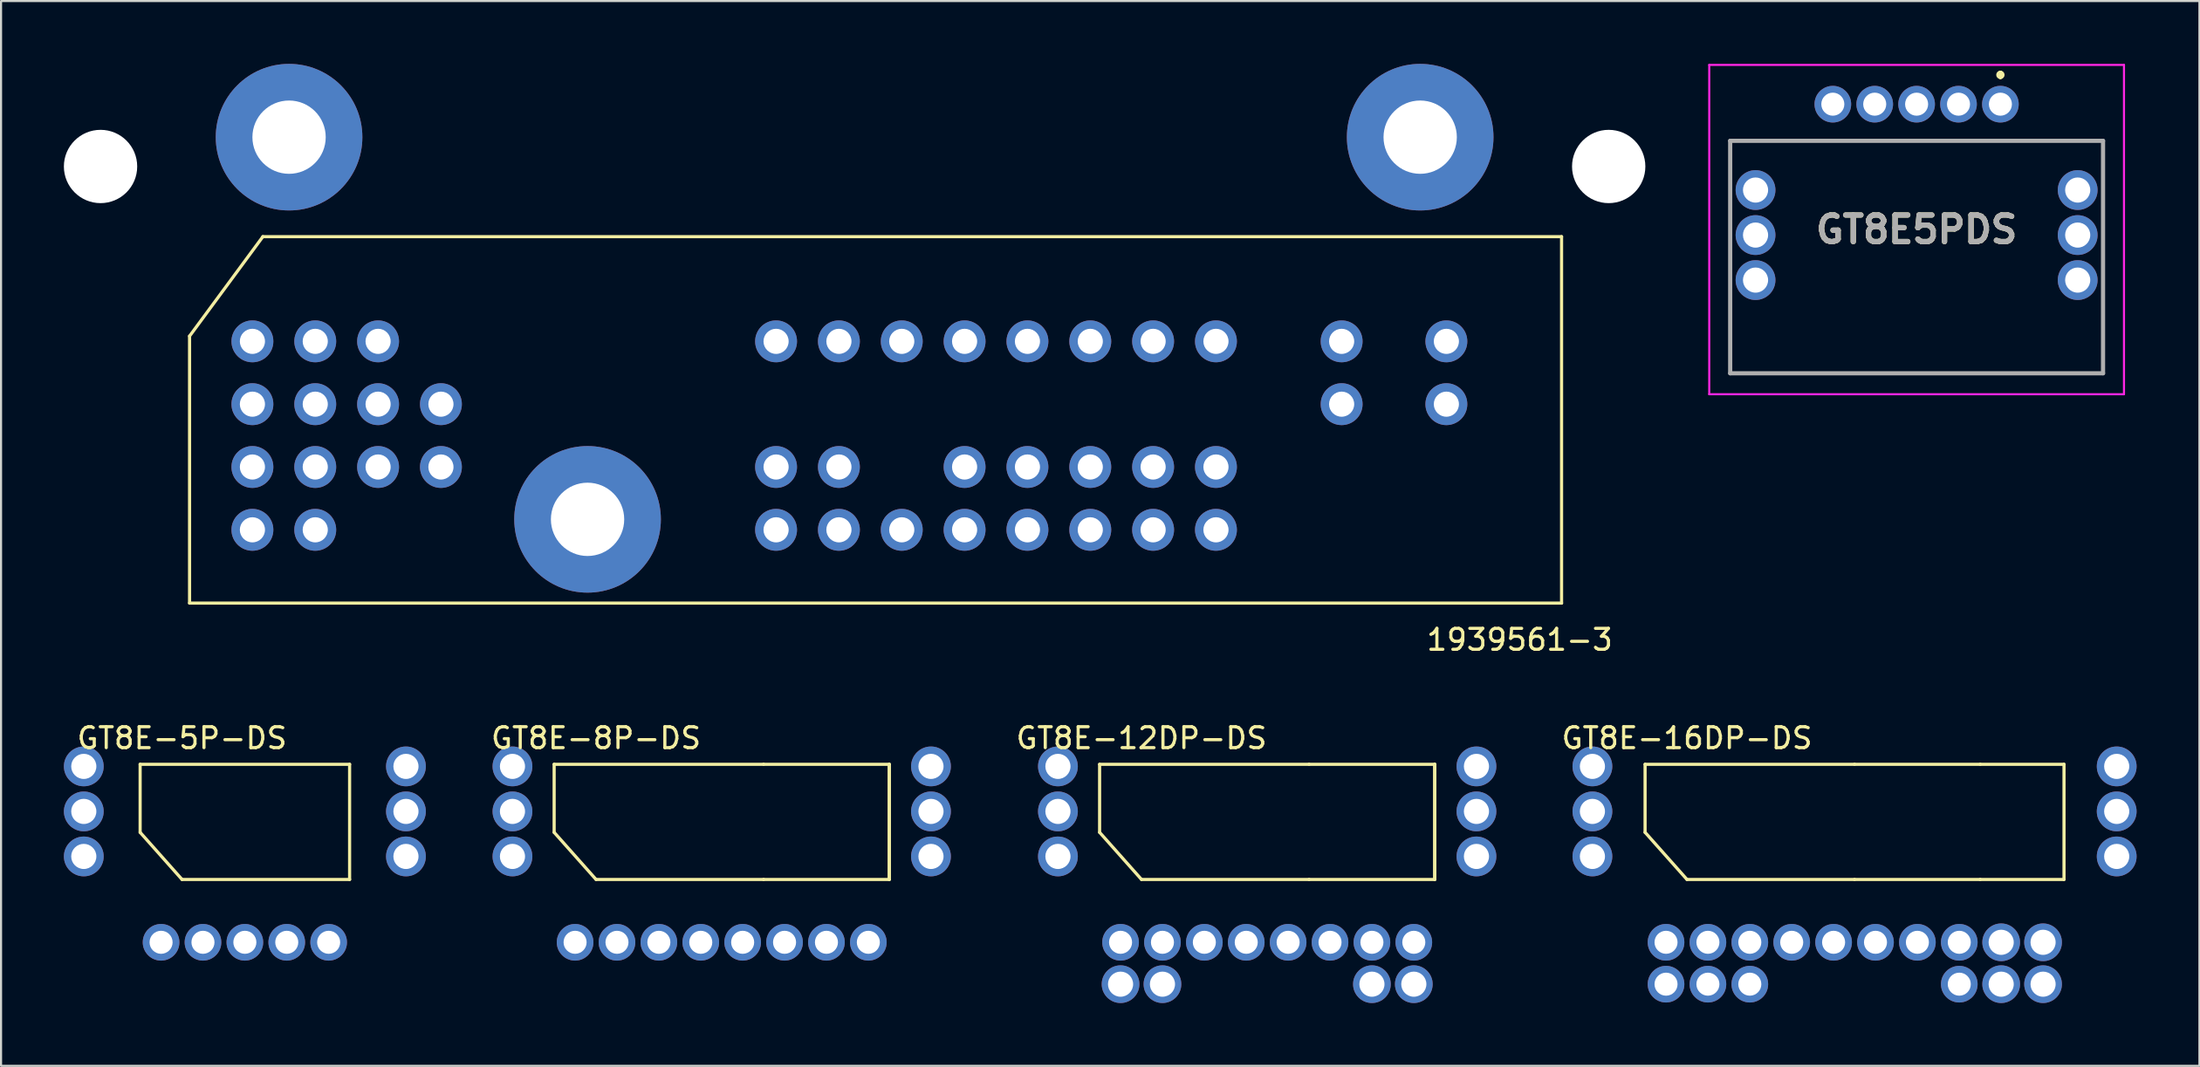
<source format=kicad_pcb>
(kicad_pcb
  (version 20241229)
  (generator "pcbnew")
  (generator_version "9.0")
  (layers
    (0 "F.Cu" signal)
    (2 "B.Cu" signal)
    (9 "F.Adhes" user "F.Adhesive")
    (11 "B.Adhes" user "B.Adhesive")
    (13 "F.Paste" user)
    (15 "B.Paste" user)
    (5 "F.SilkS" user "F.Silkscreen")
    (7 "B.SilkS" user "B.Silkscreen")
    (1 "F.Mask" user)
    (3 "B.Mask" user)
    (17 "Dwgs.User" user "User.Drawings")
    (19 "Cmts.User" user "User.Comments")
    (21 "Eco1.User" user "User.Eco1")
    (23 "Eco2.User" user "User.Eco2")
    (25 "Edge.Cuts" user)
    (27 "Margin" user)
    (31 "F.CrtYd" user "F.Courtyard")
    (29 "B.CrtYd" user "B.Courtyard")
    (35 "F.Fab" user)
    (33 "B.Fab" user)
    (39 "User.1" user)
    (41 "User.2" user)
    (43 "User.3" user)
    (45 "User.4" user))
  (footprint "GT8E-16DP-DS"
    (layer "F.Cu")
    (at 76.487 41.947)
    (property "Reference" "GT8E-16DP-DS" (at 1 -9.75 0) (layer "F.SilkS") (effects (font (size 1 1) (thickness 0.15))))
    (attr through_hole)
    (fp_line (start -1 -8.5) (end -1 -5.25) (stroke (width 0.15) (type solid)) (layer "F.SilkS"))
    (fp_line (start -1 -8.5) (end 9 -8.5) (stroke (width 0.15) (type solid)) (layer "F.SilkS"))
    (fp_line (start -1 -5.25) (end 1 -3) (stroke (width 0.15) (type solid)) (layer "F.SilkS"))
    (fp_line (start 9 -8.5) (end 15 -8.5) (stroke (width 0.15) (type solid)) (layer "F.SilkS"))
    (fp_line (start 9 -3) (end 1 -3) (stroke (width 0.15) (type solid)) (layer "F.SilkS"))
    (fp_line (start 15 -8.5) (end 19 -8.5) (stroke (width 0.15) (type solid)) (layer "F.SilkS"))
    (fp_line (start 15 -3) (end 9 -3) (stroke (width 0.15) (type solid)) (layer "F.SilkS"))
    (fp_line (start 15 -3) (end 19 -3) (stroke (width 0.15) (type solid)) (layer "F.SilkS"))
    (fp_line (start 19 -8.5) (end 19 -3) (stroke (width 0.15) (type solid)) (layer "F.SilkS"))
    (pad "1" thru_hole circle (at 0 0) (size 1.75 1.75) (drill 1.1) (layers "*.Cu" "*.Mask"))
    (pad "2" thru_hole circle (at 2 0) (size 1.75 1.75) (drill 1.1) (layers "*.Cu" "*.Mask"))
    (pad "3" thru_hole circle (at 4 0) (size 1.75 1.75) (drill 1.1) (layers "*.Cu" "*.Mask"))
    (pad "4" thru_hole circle (at 6 0) (size 1.75 1.75) (drill 1.1) (layers "*.Cu" "*.Mask"))
    (pad "5" thru_hole circle (at 8 0) (size 1.75 1.75) (drill 1.1) (layers "*.Cu" "*.Mask"))
    (pad "6" thru_hole circle (at 10 0) (size 1.75 1.75) (drill 1.1) (layers "*.Cu" "*.Mask"))
    (pad "7" thru_hole circle (at 12 0) (size 1.75 1.75) (drill 1.1) (layers "*.Cu" "*.Mask"))
    (pad "8" thru_hole circle (at 14 0) (size 1.75 1.75) (drill 1.1) (layers "*.Cu" "*.Mask"))
    (pad "9" thru_hole circle (at 16 0) (size 1.8 1.8) (drill 1.2) (layers "*.Cu" "*.Mask"))
    (pad "10" thru_hole circle (at 18 0) (size 1.8 1.8) (drill 1.2) (layers "*.Cu" "*.Mask"))
    (pad "11" thru_hole circle (at 18 2) (size 1.8 1.8) (drill 1.2) (layers "*.Cu" "*.Mask"))
    (pad "12" thru_hole circle (at 16 2) (size 1.8 1.8) (drill 1.2) (layers "*.Cu" "*.Mask"))
    (pad "13" thru_hole circle (at 14 2) (size 1.75 1.75) (drill 1.1) (layers "*.Cu" "*.Mask"))
    (pad "14" thru_hole circle (at 4 2) (size 1.75 1.75) (drill 1.1) (layers "*.Cu" "*.Mask"))
    (pad "15" thru_hole circle (at 2 2) (size 1.75 1.75) (drill 1.1) (layers "*.Cu" "*.Mask"))
    (pad "16" thru_hole circle (at 0 2) (size 1.75 1.75) (drill 1.1) (layers "*.Cu" "*.Mask"))
    (pad "~" thru_hole circle (at -3.515 -8.4) (size 1.9 1.9) (drill 1.2) (layers "*.Cu" "*.Mask"))
    (pad "~" thru_hole circle (at -3.515 -6.25) (size 1.9 1.9) (drill 1.2) (layers "*.Cu" "*.Mask"))
    (pad "~" thru_hole circle (at -3.515 -4.1) (size 1.9 1.9) (drill 1.2) (layers "*.Cu" "*.Mask"))
    (pad "~" thru_hole circle (at 21.515 -8.4) (size 1.9 1.9) (drill 1.2) (layers "*.Cu" "*.Mask"))
    (pad "~" thru_hole circle (at 21.515 -6.25) (size 1.9 1.9) (drill 1.2) (layers "*.Cu" "*.Mask"))
    (pad "~" thru_hole circle (at 21.515 -4.1) (size 1.9 1.9) (drill 1.2) (layers "*.Cu" "*.Mask")))
  (footprint "GT8E-8P-DS"
    (layer "F.Cu")
    (at 24.405 41.947)
    (property "Reference" "GT8E-8P-DS" (at 1 -9.75 0) (layer "F.SilkS") (effects (font (size 1 1) (thickness 0.15))))
    (attr through_hole)
    (fp_line (start -1 -8.5) (end -1 -5.25) (stroke (width 0.15) (type solid)) (layer "F.SilkS"))
    (fp_line (start -1 -8.5) (end 9 -8.5) (stroke (width 0.15) (type solid)) (layer "F.SilkS"))
    (fp_line (start -1 -5.25) (end 1 -3) (stroke (width 0.15) (type solid)) (layer "F.SilkS"))
    (fp_line (start 9 -8.5) (end 15 -8.5) (stroke (width 0.15) (type solid)) (layer "F.SilkS"))
    (fp_line (start 9 -3) (end 1 -3) (stroke (width 0.15) (type solid)) (layer "F.SilkS"))
    (fp_line (start 15 -8.5) (end 15 -3) (stroke (width 0.15) (type solid)) (layer "F.SilkS"))
    (fp_line (start 15 -8.5) (end 15 -3) (stroke (width 0.15) (type solid)) (layer "F.SilkS"))
    (fp_line (start 15 -3) (end 9 -3) (stroke (width 0.15) (type solid)) (layer "F.SilkS"))
    (pad "1" thru_hole circle (at 0 0) (size 1.75 1.75) (drill 1.1) (layers "*.Cu" "*.Mask"))
    (pad "2" thru_hole circle (at 2 0) (size 1.75 1.75) (drill 1.1) (layers "*.Cu" "*.Mask"))
    (pad "3" thru_hole circle (at 4 0) (size 1.75 1.75) (drill 1.1) (layers "*.Cu" "*.Mask"))
    (pad "4" thru_hole circle (at 6 0) (size 1.75 1.75) (drill 1.1) (layers "*.Cu" "*.Mask"))
    (pad "5" thru_hole circle (at 8 0) (size 1.75 1.75) (drill 1.1) (layers "*.Cu" "*.Mask"))
    (pad "6" thru_hole circle (at 10 0) (size 1.75 1.75) (drill 1.1) (layers "*.Cu" "*.Mask"))
    (pad "7" thru_hole circle (at 12 0) (size 1.75 1.75) (drill 1.1) (layers "*.Cu" "*.Mask"))
    (pad "8" thru_hole circle (at 14 0) (size 1.75 1.75) (drill 1.1) (layers "*.Cu" "*.Mask"))
    (pad "~" thru_hole circle (at -2.99 -8.4) (size 1.9 1.9) (drill 1.2) (layers "*.Cu" "*.Mask"))
    (pad "~" thru_hole circle (at -2.99 -6.25) (size 1.9 1.9) (drill 1.2) (layers "*.Cu" "*.Mask"))
    (pad "~" thru_hole circle (at -2.99 -4.1) (size 1.9 1.9) (drill 1.2) (layers "*.Cu" "*.Mask"))
    (pad "~" thru_hole circle (at 16.99 -8.4) (size 1.9 1.9) (drill 1.2) (layers "*.Cu" "*.Mask"))
    (pad "~" thru_hole circle (at 16.99 -6.25) (size 1.9 1.9) (drill 1.2) (layers "*.Cu" "*.Mask"))
    (pad "~" thru_hole circle (at 16.99 -4.1) (size 1.9 1.9) (drill 1.2) (layers "*.Cu" "*.Mask")))
  (footprint "GT8E-5P-DS"
    (layer "F.Cu")
    (at 4.64 41.947)
    (property "Reference" "GT8E-5P-DS" (at 1 -9.75 0) (layer "F.SilkS") (effects (font (size 1 1) (thickness 0.15))))
    (attr through_hole)
    (fp_line (start -1 -8.5) (end -1 -5.25) (stroke (width 0.15) (type solid)) (layer "F.SilkS"))
    (fp_line (start -1 -8.5) (end 9 -8.5) (stroke (width 0.15) (type solid)) (layer "F.SilkS"))
    (fp_line (start -1 -5.25) (end 1 -3) (stroke (width 0.15) (type solid)) (layer "F.SilkS"))
    (fp_line (start 9 -8.5) (end 9 -3) (stroke (width 0.15) (type solid)) (layer "F.SilkS"))
    (fp_line (start 9 -3) (end 1 -3) (stroke (width 0.15) (type solid)) (layer "F.SilkS"))
    (pad "1" thru_hole circle (at 0 0) (size 1.75 1.75) (drill 1.1) (layers "*.Cu" "*.Mask"))
    (pad "2" thru_hole circle (at 2 0) (size 1.75 1.75) (drill 1.1) (layers "*.Cu" "*.Mask"))
    (pad "3" thru_hole circle (at 4 0) (size 1.75 1.75) (drill 1.1) (layers "*.Cu" "*.Mask"))
    (pad "4" thru_hole circle (at 6 0) (size 1.75 1.75) (drill 1.1) (layers "*.Cu" "*.Mask"))
    (pad "5" thru_hole circle (at 8 0) (size 1.75 1.75) (drill 1.1) (layers "*.Cu" "*.Mask"))
    (pad "~" thru_hole circle (at -3.69 -8.4) (size 1.9 1.9) (drill 1.2) (layers "*.Cu" "*.Mask"))
    (pad "~" thru_hole circle (at -3.69 -6.25) (size 1.9 1.9) (drill 1.2) (layers "*.Cu" "*.Mask"))
    (pad "~" thru_hole circle (at -3.69 -4.1) (size 1.9 1.9) (drill 1.2) (layers "*.Cu" "*.Mask"))
    (pad "~" thru_hole circle (at 11.69 -8.4) (size 1.9 1.9) (drill 1.2) (layers "*.Cu" "*.Mask"))
    (pad "~" thru_hole circle (at 11.69 -6.25) (size 1.9 1.9) (drill 1.2) (layers "*.Cu" "*.Mask"))
    (pad "~" thru_hole circle (at 11.69 -4.1) (size 1.9 1.9) (drill 1.2) (layers "*.Cu" "*.Mask")))
  (footprint "GT8E-12DP-DS"
    (layer "F.Cu")
    (at 50.446 41.947)
    (property "Reference" "GT8E-12DP-DS" (at 1 -9.75 0) (layer "F.SilkS") (effects (font (size 1 1) (thickness 0.15))))
    (attr through_hole)
    (fp_line (start -1 -8.5) (end -1 -5.25) (stroke (width 0.15) (type solid)) (layer "F.SilkS"))
    (fp_line (start -1 -8.5) (end 9 -8.5) (stroke (width 0.15) (type solid)) (layer "F.SilkS"))
    (fp_line (start -1 -5.25) (end 1 -3) (stroke (width 0.15) (type solid)) (layer "F.SilkS"))
    (fp_line (start 9 -8.5) (end 15 -8.5) (stroke (width 0.15) (type solid)) (layer "F.SilkS"))
    (fp_line (start 9 -3) (end 1 -3) (stroke (width 0.15) (type solid)) (layer "F.SilkS"))
    (fp_line (start 15 -8.5) (end 15 -3) (stroke (width 0.15) (type solid)) (layer "F.SilkS"))
    (fp_line (start 15 -8.5) (end 15 -3) (stroke (width 0.15) (type solid)) (layer "F.SilkS"))
    (fp_line (start 15 -3) (end 9 -3) (stroke (width 0.15) (type solid)) (layer "F.SilkS"))
    (pad "1" thru_hole circle (at 0 0) (size 1.75 1.75) (drill 1.1) (layers "*.Cu" "*.Mask"))
    (pad "2" thru_hole circle (at 2 0) (size 1.75 1.75) (drill 1.1) (layers "*.Cu" "*.Mask"))
    (pad "3" thru_hole circle (at 4 0) (size 1.75 1.75) (drill 1.1) (layers "*.Cu" "*.Mask"))
    (pad "4" thru_hole circle (at 6 0) (size 1.75 1.75) (drill 1.1) (layers "*.Cu" "*.Mask"))
    (pad "5" thru_hole circle (at 8 0) (size 1.75 1.75) (drill 1.1) (layers "*.Cu" "*.Mask"))
    (pad "6" thru_hole circle (at 10 0) (size 1.75 1.75) (drill 1.1) (layers "*.Cu" "*.Mask"))
    (pad "7" thru_hole circle (at 12 0) (size 1.75 1.75) (drill 1.1) (layers "*.Cu" "*.Mask"))
    (pad "8" thru_hole circle (at 14 0) (size 1.75 1.75) (drill 1.1) (layers "*.Cu" "*.Mask"))
    (pad "9" thru_hole circle (at 14 2) (size 1.8 1.8) (drill 1.2) (layers "*.Cu" "*.Mask"))
    (pad "10" thru_hole circle (at 12 2) (size 1.8 1.8) (drill 1.2) (layers "*.Cu" "*.Mask"))
    (pad "11" thru_hole circle (at 2 2) (size 1.8 1.8) (drill 1.2) (layers "*.Cu" "*.Mask"))
    (pad "12" thru_hole circle (at 0 2) (size 1.8 1.8) (drill 1.2) (layers "*.Cu" "*.Mask"))
    (pad "~" thru_hole circle (at -2.99 -8.4) (size 1.9 1.9) (drill 1.2) (layers "*.Cu" "*.Mask"))
    (pad "~" thru_hole circle (at -2.99 -6.25) (size 1.9 1.9) (drill 1.2) (layers "*.Cu" "*.Mask"))
    (pad "~" thru_hole circle (at -2.99 -4.1) (size 1.9 1.9) (drill 1.2) (layers "*.Cu" "*.Mask"))
    (pad "~" thru_hole circle (at 16.99 -8.4) (size 1.9 1.9) (drill 1.2) (layers "*.Cu" "*.Mask"))
    (pad "~" thru_hole circle (at 16.99 -6.25) (size 1.9 1.9) (drill 1.2) (layers "*.Cu" "*.Mask"))
    (pad "~" thru_hole circle (at 16.99 -4.1) (size 1.9 1.9) (drill 1.2) (layers "*.Cu" "*.Mask")))
  (footprint "GT8E5PDS"
    (layer "F.Cu")
    (at 92.45 1.925)
    (property "Reference" "GT8E5PDS" (at -4 5.987 0) (layer "F.SilkS") (effects (font (size 1.27 1.27) (thickness 0.254))))
    (attr through_hole)
    (fp_line (start -12.9 1.75) (end 4.9 1.75) (stroke (width 0.1) (type solid)) (layer "F.SilkS"))
    (fp_line (start -12.9 12.85) (end -12.9 1.75) (stroke (width 0.1) (type solid)) (layer "F.SilkS"))
    (fp_line (start 0 -1.5) (end 0 -1.5) (stroke (width 0.2) (type solid)) (layer "F.SilkS"))
    (fp_line (start 0 -1.3) (end 0 -1.3) (stroke (width 0.2) (type solid)) (layer "F.SilkS"))
    (fp_line (start 4.9 1.75) (end 4.9 12.85) (stroke (width 0.1) (type solid)) (layer "F.SilkS"))
    (fp_line (start 4.9 12.85) (end -12.9 12.85) (stroke (width 0.1) (type solid)) (layer "F.SilkS"))
    (fp_arc (start 0 -1.5) (mid 0.1 -1.4) (end 0 -1.3) (stroke (width 0.2) (type solid)) (layer "F.SilkS"))
    (fp_arc (start 0 -1.3) (mid -0.1 -1.4) (end 0 -1.5) (stroke (width 0.2) (type solid)) (layer "F.SilkS"))
    (fp_line (start -13.9 -1.875) (end 5.9 -1.875) (stroke (width 0.1) (type solid)) (layer "F.CrtYd"))
    (fp_line (start -13.9 13.85) (end -13.9 -1.875) (stroke (width 0.1) (type solid)) (layer "F.CrtYd"))
    (fp_line (start 5.9 -1.875) (end 5.9 13.85) (stroke (width 0.1) (type solid)) (layer "F.CrtYd"))
    (fp_line (start 5.9 13.85) (end -13.9 13.85) (stroke (width 0.1) (type solid)) (layer "F.CrtYd"))
    (fp_line (start -12.9 1.75) (end 4.9 1.75) (stroke (width 0.2) (type solid)) (layer "F.Fab"))
    (fp_line (start -12.9 12.85) (end -12.9 1.75) (stroke (width 0.2) (type solid)) (layer "F.Fab"))
    (fp_line (start 4.9 1.75) (end 4.9 12.85) (stroke (width 0.2) (type solid)) (layer "F.Fab"))
    (fp_line (start 4.9 12.85) (end -12.9 12.85) (stroke (width 0.2) (type solid)) (layer "F.Fab"))
    (fp_text user "${REFERENCE}" (at -4 5.987 0) (layer "F.Fab") (effects (font (size 1.27 1.27) (thickness 0.254))))
    (pad "1" thru_hole circle (at 0 0) (size 1.75 1.75) (drill 1.1) (layers "*.Cu" "*.Mask"))
    (pad "2" thru_hole circle (at -2 0) (size 1.75 1.75) (drill 1.1) (layers "*.Cu" "*.Mask"))
    (pad "3" thru_hole circle (at -4 0) (size 1.75 1.75) (drill 1.1) (layers "*.Cu" "*.Mask"))
    (pad "4" thru_hole circle (at -6 0) (size 1.75 1.75) (drill 1.1) (layers "*.Cu" "*.Mask"))
    (pad "5" thru_hole circle (at -8 0) (size 1.75 1.75) (drill 1.1) (layers "*.Cu" "*.Mask"))
    (pad "6" thru_hole circle (at 3.69 4.1) (size 1.9 1.9) (drill 1.2) (layers "*.Cu" "*.Mask"))
    (pad "7" thru_hole circle (at 3.69 6.25) (size 1.9 1.9) (drill 1.2) (layers "*.Cu" "*.Mask"))
    (pad "8" thru_hole circle (at 3.69 8.4) (size 1.9 1.9) (drill 1.2) (layers "*.Cu" "*.Mask"))
    (pad "9" thru_hole circle (at -11.69 4.1) (size 1.9 1.9) (drill 1.2) (layers "*.Cu" "*.Mask"))
    (pad "10" thru_hole circle (at -11.69 6.25) (size 1.9 1.9) (drill 1.2) (layers "*.Cu" "*.Mask"))
    (pad "11" thru_hole circle (at -11.69 8.4) (size 1.9 1.9) (drill 1.2) (layers "*.Cu" "*.Mask")))
  (footprint "1939561-3"
    (layer "F.Cu")
    (at 9 13.25)
    (property "Reference" "1939561-3" (at 60.5 14.25 0) (layer "F.SilkS") (effects (font (size 1 1) (thickness 0.15))))
    (attr through_hole)
    (fp_line (start -3 -0.25) (end -3 12.5) (stroke (width 0.15) (type solid)) (layer "F.SilkS"))
    (fp_line (start -3 12.5) (end 62.5 12.5) (stroke (width 0.15) (type solid)) (layer "F.SilkS"))
    (fp_line (start 0.5 -5) (end -3 -0.25) (stroke (width 0.15) (type solid)) (layer "F.SilkS"))
    (fp_line (start 62.5 -5) (end 0.5 -5) (stroke (width 0.15) (type solid)) (layer "F.SilkS"))
    (fp_line (start 62.5 12.5) (end 62.5 -5) (stroke (width 0.15) (type solid)) (layer "F.SilkS"))
    (pad "" np_thru_hole circle (at -7.25 -8.35) (size 3.5 3.5) (drill 3.5) (layers "*.Cu" "*.Mask"))
    (pad "" np_thru_hole circle (at 64.75 -8.35) (size 3.5 3.5) (drill 3.5) (layers "*.Cu" "*.Mask"))
    (pad "1" thru_hole circle (at 0 0) (size 2 2) (drill 1.2) (layers "*.Cu" "*.Mask"))
    (pad "2" thru_hole circle (at 3 0) (size 2 2) (drill 1.2) (layers "*.Cu" "*.Mask"))
    (pad "3" thru_hole circle (at 6 0) (size 2 2) (drill 1.2) (layers "*.Cu" "*.Mask"))
    (pad "4" thru_hole circle (at 25 0) (size 2 2) (drill 1.2) (layers "*.Cu" "*.Mask"))
    (pad "5" thru_hole circle (at 28 0) (size 2 2) (drill 1.2) (layers "*.Cu" "*.Mask"))
    (pad "6" thru_hole circle (at 31 0) (size 2 2) (drill 1.2) (layers "*.Cu" "*.Mask"))
    (pad "7" thru_hole circle (at 34 0) (size 2 2) (drill 1.2) (layers "*.Cu" "*.Mask"))
    (pad "8" thru_hole circle (at 37 0) (size 2 2) (drill 1.2) (layers "*.Cu" "*.Mask"))
    (pad "9" thru_hole circle (at 40 0) (size 2 2) (drill 1.2) (layers "*.Cu" "*.Mask"))
    (pad "10" thru_hole circle (at 43 0) (size 2 2) (drill 1.2) (layers "*.Cu" "*.Mask"))
    (pad "11" thru_hole circle (at 46 0) (size 2 2) (drill 1.2) (layers "*.Cu" "*.Mask"))
    (pad "12" thru_hole circle (at 52 0) (size 2 2) (drill 1.2) (layers "*.Cu" "*.Mask"))
    (pad "13" thru_hole circle (at 57 0) (size 2 2) (drill 1.2) (layers "*.Cu" "*.Mask"))
    (pad "14" thru_hole circle (at 57 3) (size 2 2) (drill 1.2) (layers "*.Cu" "*.Mask"))
    (pad "15" thru_hole circle (at 52 3) (size 2 2) (drill 1.2) (layers "*.Cu" "*.Mask"))
    (pad "16" thru_hole circle (at 9 3) (size 2 2) (drill 1.2) (layers "*.Cu" "*.Mask"))
    (pad "17" thru_hole circle (at 6 3) (size 2 2) (drill 1.2) (layers "*.Cu" "*.Mask"))
    (pad "18" thru_hole circle (at 3 3) (size 2 2) (drill 1.2) (layers "*.Cu" "*.Mask"))
    (pad "19" thru_hole circle (at 0 3) (size 2 2) (drill 1.2) (layers "*.Cu" "*.Mask"))
    (pad "20" thru_hole circle (at 0 6) (size 2 2) (drill 1.2) (layers "*.Cu" "*.Mask"))
    (pad "21" thru_hole circle (at 3 6) (size 2 2) (drill 1.2) (layers "*.Cu" "*.Mask"))
    (pad "22" thru_hole circle (at 6 6) (size 2 2) (drill 1.2) (layers "*.Cu" "*.Mask"))
    (pad "23" thru_hole circle (at 9 6) (size 2 2) (drill 1.2) (layers "*.Cu" "*.Mask"))
    (pad "24" thru_hole circle (at 25 6) (size 2 2) (drill 1.2) (layers "*.Cu" "*.Mask"))
    (pad "25" thru_hole circle (at 28 6) (size 2 2) (drill 1.2) (layers "*.Cu" "*.Mask"))
    (pad "26" thru_hole circle (at 34 6) (size 2 2) (drill 1.2) (layers "*.Cu" "*.Mask"))
    (pad "27" thru_hole circle (at 37 6) (size 2 2) (drill 1.2) (layers "*.Cu" "*.Mask"))
    (pad "28" thru_hole circle (at 40 6) (size 2 2) (drill 1.2) (layers "*.Cu" "*.Mask"))
    (pad "29" thru_hole circle (at 43 6) (size 2 2) (drill 1.2) (layers "*.Cu" "*.Mask"))
    (pad "30" thru_hole circle (at 46 6) (size 2 2) (drill 1.2) (layers "*.Cu" "*.Mask"))
    (pad "31" thru_hole circle (at 46 9) (size 2 2) (drill 1.2) (layers "*.Cu" "*.Mask"))
    (pad "32" thru_hole circle (at 43 9) (size 2 2) (drill 1.2) (layers "*.Cu" "*.Mask"))
    (pad "33" thru_hole circle (at 40 9) (size 2 2) (drill 1.2) (layers "*.Cu" "*.Mask"))
    (pad "34" thru_hole circle (at 37 9) (size 2 2) (drill 1.2) (layers "*.Cu" "*.Mask"))
    (pad "35" thru_hole circle (at 34 9) (size 2 2) (drill 1.2) (layers "*.Cu" "*.Mask"))
    (pad "36" thru_hole circle (at 31 9) (size 2 2) (drill 1.2) (layers "*.Cu" "*.Mask"))
    (pad "37" thru_hole circle (at 28 9) (size 2 2) (drill 1.2) (layers "*.Cu" "*.Mask"))
    (pad "38" thru_hole circle (at 25 9) (size 2 2) (drill 1.2) (layers "*.Cu" "*.Mask"))
    (pad "39" thru_hole circle (at 3 9) (size 2 2) (drill 1.2) (layers "*.Cu" "*.Mask"))
    (pad "40" thru_hole circle (at 0 9) (size 2 2) (drill 1.2) (layers "*.Cu" "*.Mask"))
    (pad "~" thru_hole circle (at 1.75 -9.75) (size 7 7) (drill 3.5) (layers "*.Cu" "*.Mask"))
    (pad "~" thru_hole circle (at 16 8.5) (size 7 7) (drill 3.5) (layers "*.Cu" "*.Mask"))
    (pad "~" thru_hole circle (at 55.75 -9.75) (size 7 7) (drill 3.5) (layers "*.Cu" "*.Mask")))
  (gr_rect
    (start -3 -3)
    (end 101.952 47.846)
    (stroke (width 0.1) (type default))
    (fill no)
    (layer "Edge.Cuts")))
</source>
